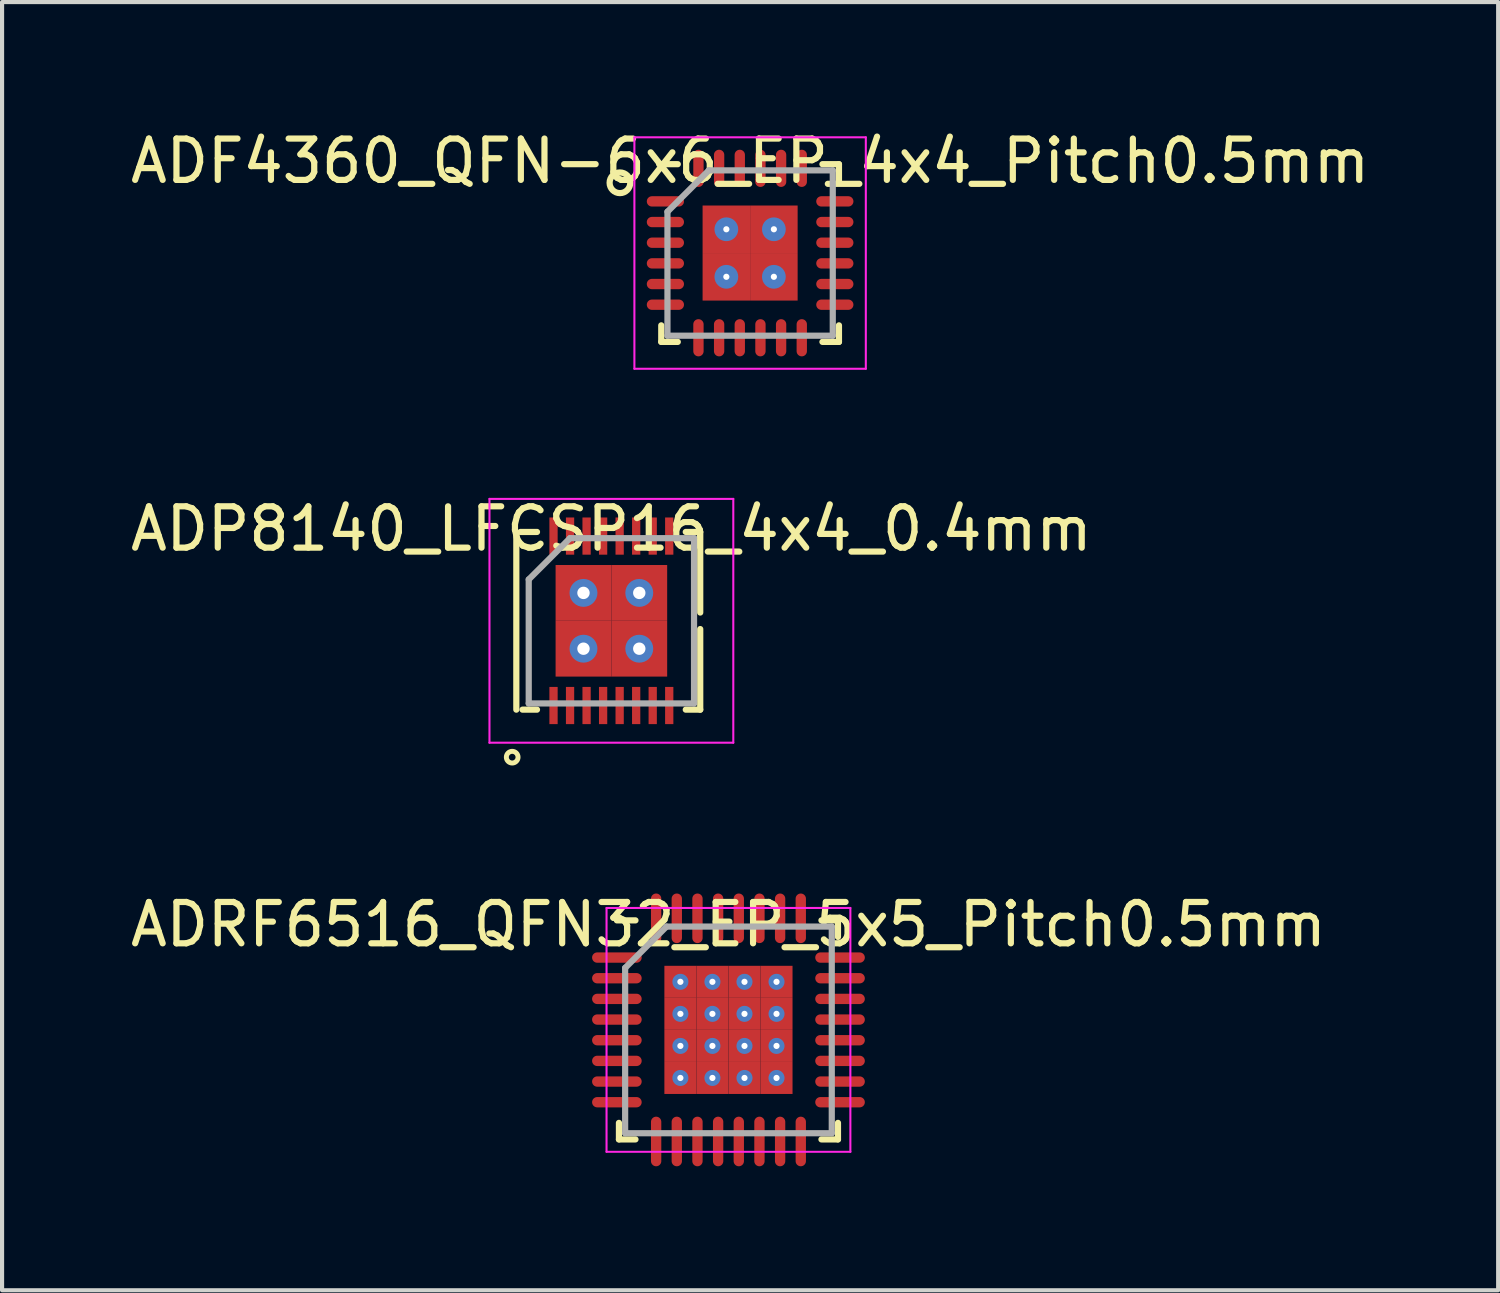
<source format=kicad_pcb>
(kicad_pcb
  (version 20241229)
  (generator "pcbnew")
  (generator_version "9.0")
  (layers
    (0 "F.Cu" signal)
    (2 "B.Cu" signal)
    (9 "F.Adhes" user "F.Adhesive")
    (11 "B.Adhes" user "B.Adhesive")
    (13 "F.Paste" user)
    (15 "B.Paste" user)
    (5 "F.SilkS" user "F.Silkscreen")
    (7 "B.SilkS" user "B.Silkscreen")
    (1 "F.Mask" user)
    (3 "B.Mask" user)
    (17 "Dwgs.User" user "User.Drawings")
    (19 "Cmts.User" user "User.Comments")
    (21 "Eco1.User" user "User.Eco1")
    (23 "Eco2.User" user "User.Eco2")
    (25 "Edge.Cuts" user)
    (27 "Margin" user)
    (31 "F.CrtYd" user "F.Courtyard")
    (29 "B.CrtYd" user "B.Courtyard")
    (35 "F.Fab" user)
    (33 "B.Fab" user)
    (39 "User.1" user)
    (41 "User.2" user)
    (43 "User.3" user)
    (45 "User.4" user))
  (footprint "ADF4360_QFN-6x6_EP_4x4_Pitch0.5mm"
    (layer "F.Cu")
    (at 15.101 3.073)
    (property "Reference" "ADF4360_QFN-6x6_EP_4x4_Pitch0.5mm" (at 0 -2.225 0) (layer "F.SilkS") (effects (font (size 1 1) (thickness 0.15))))
    (attr smd)
    (fp_line (start -2.15 2.15) (end -2.15 1.75) (stroke (width 0.15) (type solid)) (layer "F.SilkS"))
    (fp_line (start -1.75 -2.15) (end -2.2 -2.15) (stroke (width 0.15) (type solid)) (layer "F.SilkS"))
    (fp_line (start -1.75 2.15) (end -2.15 2.15) (stroke (width 0.15) (type solid)) (layer "F.SilkS"))
    (fp_line (start 1.75 -2.15) (end 2.15 -2.15) (stroke (width 0.15) (type solid)) (layer "F.SilkS"))
    (fp_line (start 1.75 2.15) (end 2.15 2.15) (stroke (width 0.15) (type solid)) (layer "F.SilkS"))
    (fp_line (start 2.15 -2.15) (end 2.15 -1.75) (stroke (width 0.15) (type solid)) (layer "F.SilkS"))
    (fp_line (start 2.15 2.15) (end 2.15 1.75) (stroke (width 0.15) (type solid)) (layer "F.SilkS"))
    (fp_circle (center -3.15 -1.7) (end -3.15 -1.45) (stroke (width 0.15) (type solid)) (fill no) (layer "F.SilkS"))
    (fp_line (start -2.8 -2.8) (end 2.8 -2.8) (stroke (width 0.05) (type solid)) (layer "F.CrtYd"))
    (fp_line (start -2.8 2.8) (end -2.8 -2.8) (stroke (width 0.05) (type solid)) (layer "F.CrtYd"))
    (fp_line (start 2.8 -2.8) (end 2.8 2.8) (stroke (width 0.05) (type solid)) (layer "F.CrtYd"))
    (fp_line (start 2.8 2.8) (end -2.8 2.8) (stroke (width 0.05) (type solid)) (layer "F.CrtYd"))
    (fp_line (start -2 -1) (end -2 2) (stroke (width 0.15) (type solid)) (layer "F.Fab"))
    (fp_line (start -2 2) (end 2 2) (stroke (width 0.15) (type solid)) (layer "F.Fab"))
    (fp_line (start -1 -2) (end -2 -1) (stroke (width 0.15) (type solid)) (layer "F.Fab"))
    (fp_line (start 2 -2) (end -1 -2) (stroke (width 0.15) (type solid)) (layer "F.Fab"))
    (fp_line (start 2 2) (end 2 -2) (stroke (width 0.15) (type solid)) (layer "F.Fab"))
    (pad "1" smd oval (at -2.05 -1.25 90) (size 0.25 0.9) (layers "F.Cu" "F.Mask" "F.Paste"))
    (pad "2" smd oval (at -2.05 -0.75 90) (size 0.25 0.9) (layers "F.Cu" "F.Mask" "F.Paste"))
    (pad "3" smd oval (at -2.05 -0.25 90) (size 0.25 0.9) (layers "F.Cu" "F.Mask" "F.Paste"))
    (pad "4" smd oval (at -2.05 0.25 90) (size 0.25 0.9) (layers "F.Cu" "F.Mask" "F.Paste"))
    (pad "5" smd oval (at -2.05 0.75 90) (size 0.25 0.9) (layers "F.Cu" "F.Mask" "F.Paste"))
    (pad "6" smd oval (at -2.05 1.25 90) (size 0.25 0.9) (layers "F.Cu" "F.Mask" "F.Paste"))
    (pad "7" smd oval (at -1.25 2.05) (size 0.25 0.9) (layers "F.Cu" "F.Mask" "F.Paste"))
    (pad "8" smd oval (at -0.75 2.05) (size 0.25 0.9) (layers "F.Cu" "F.Mask" "F.Paste"))
    (pad "9" smd oval (at -0.25 2.05) (size 0.25 0.9) (layers "F.Cu" "F.Mask" "F.Paste"))
    (pad "10" smd oval (at 0.25 2.05) (size 0.25 0.9) (layers "F.Cu" "F.Mask" "F.Paste"))
    (pad "11" smd oval (at 0.75 2.05) (size 0.25 0.9) (layers "F.Cu" "F.Mask" "F.Paste"))
    (pad "12" smd oval (at 1.25 2.05) (size 0.25 0.9) (layers "F.Cu" "F.Mask" "F.Paste"))
    (pad "13" smd oval (at 2.05 1.25 90) (size 0.25 0.9) (layers "F.Cu" "F.Mask" "F.Paste"))
    (pad "14" smd oval (at 2.05 0.75 90) (size 0.25 0.9) (layers "F.Cu" "F.Mask" "F.Paste"))
    (pad "15" smd oval (at 2.05 0.25 90) (size 0.25 0.9) (layers "F.Cu" "F.Mask" "F.Paste"))
    (pad "16" smd oval (at 2.05 -0.25 90) (size 0.25 0.9) (layers "F.Cu" "F.Mask" "F.Paste"))
    (pad "17" smd oval (at 2.05 -0.75 90) (size 0.25 0.9) (layers "F.Cu" "F.Mask" "F.Paste"))
    (pad "18" smd oval (at 2.05 -1.25 90) (size 0.25 0.9) (layers "F.Cu" "F.Mask" "F.Paste"))
    (pad "19" smd oval (at 1.25 -2.05) (size 0.25 0.9) (layers "F.Cu" "F.Mask" "F.Paste"))
    (pad "20" smd oval (at 0.75 -2.05) (size 0.25 0.9) (layers "F.Cu" "F.Mask" "F.Paste"))
    (pad "21" smd oval (at 0.25 -2.05) (size 0.25 0.9) (layers "F.Cu" "F.Mask" "F.Paste"))
    (pad "22" smd oval (at -0.25 -2.05) (size 0.25 0.9) (layers "F.Cu" "F.Mask" "F.Paste"))
    (pad "23" smd oval (at -0.75 -2.05) (size 0.25 0.9) (layers "F.Cu" "F.Mask" "F.Paste"))
    (pad "24" smd oval (at -1.25 -2.05) (size 0.25 0.9) (layers "F.Cu" "F.Mask" "F.Paste"))
    (pad "25" thru_hole circle (at -0.575 -0.575) (size 0.575 0.575) (drill 0.15) (layers "*.Cu" "*.Mask"))
    (pad "25" smd rect (at -0.575 -0.575) (size 1.15 1.15) (layers "F.Cu" "F.Mask" "F.Paste"))
    (pad "25" thru_hole circle (at -0.575 0.575) (size 0.575 0.575) (drill 0.15) (layers "*.Cu" "*.Mask"))
    (pad "25" smd rect (at -0.575 0.575) (size 1.15 1.15) (layers "F.Cu" "F.Mask" "F.Paste"))
    (pad "25" thru_hole circle (at 0.575 -0.575) (size 0.575 0.575) (drill 0.15) (layers "*.Cu" "*.Mask"))
    (pad "25" smd rect (at 0.575 -0.575) (size 1.15 1.15) (layers "F.Cu" "F.Mask" "F.Paste"))
    (pad "25" thru_hole circle (at 0.575 0.575) (size 0.575 0.575) (drill 0.15) (layers "*.Cu" "*.Mask"))
    (pad "25" smd rect (at 0.575 0.575) (size 1.15 1.15) (layers "F.Cu" "F.Mask" "F.Paste")))
  (footprint "ADP8140_LFCSP16_4x4_0.4mm"
    (layer "F.Cu")
    (at 11.744 11.972)
    (property "Reference" "ADP8140_LFCSP16_4x4_0.4mm" (at 0 -2.225 0) (layer "F.SilkS") (effects (font (size 1 1) (thickness 0.15))))
    (attr through_hole)
    (fp_line (start -2.3 2.15) (end -2.3 -2.1) (stroke (width 0.15) (type solid)) (layer "F.SilkS"))
    (fp_line (start -1.8 -2.15) (end -2.2 -2.15) (stroke (width 0.15) (type solid)) (layer "F.SilkS"))
    (fp_line (start -1.8 2.15) (end -2.15 2.15) (stroke (width 0.15) (type solid)) (layer "F.SilkS"))
    (fp_line (start 1.8 -2.15) (end 2.15 -2.15) (stroke (width 0.15) (type solid)) (layer "F.SilkS"))
    (fp_line (start 1.8 2.15) (end 2.15 2.15) (stroke (width 0.15) (type solid)) (layer "F.SilkS"))
    (fp_line (start 2.15 -2.15) (end 2.15 -0.2) (stroke (width 0.15) (type solid)) (layer "F.SilkS"))
    (fp_line (start 2.15 2.15) (end 2.15 0.2) (stroke (width 0.15) (type solid)) (layer "F.SilkS"))
    (fp_circle (center -2.4 3.3) (end -2.3 3.4) (stroke (width 0.12) (type solid)) (fill no) (layer "F.SilkS"))
    (fp_line (start -2.95 -2.95) (end 2.95 -2.95) (stroke (width 0.05) (type solid)) (layer "F.CrtYd"))
    (fp_line (start -2.95 2.95) (end -2.95 -2.95) (stroke (width 0.05) (type solid)) (layer "F.CrtYd"))
    (fp_line (start 2.95 -2.95) (end 2.95 2.95) (stroke (width 0.05) (type solid)) (layer "F.CrtYd"))
    (fp_line (start 2.95 2.95) (end -2.95 2.95) (stroke (width 0.05) (type solid)) (layer "F.CrtYd"))
    (fp_line (start -2 -1) (end -2 2) (stroke (width 0.15) (type solid)) (layer "F.Fab"))
    (fp_line (start -2 2) (end 2 2) (stroke (width 0.15) (type solid)) (layer "F.Fab"))
    (fp_line (start -1 -2) (end -2 -1) (stroke (width 0.15) (type solid)) (layer "F.Fab"))
    (fp_line (start 2 -2) (end -1 -2) (stroke (width 0.15) (type solid)) (layer "F.Fab"))
    (fp_line (start 2 2) (end 2 -2) (stroke (width 0.15) (type solid)) (layer "F.Fab"))
    (pad "1" smd rect (at -1.4 2.05) (size 0.2 0.9) (layers "F.Cu" "F.Mask" "F.Paste"))
    (pad "2" smd rect (at -1 2.05) (size 0.2 0.9) (layers "F.Cu" "F.Mask" "F.Paste"))
    (pad "3" smd rect (at -0.6 2.05) (size 0.2 0.9) (layers "F.Cu" "F.Mask" "F.Paste"))
    (pad "4" smd rect (at -0.2 2.05) (size 0.2 0.9) (layers "F.Cu" "F.Mask" "F.Paste"))
    (pad "5" smd rect (at 0.2 2.05) (size 0.2 0.9) (layers "F.Cu" "F.Mask" "F.Paste"))
    (pad "6" smd rect (at 0.6 2.05) (size 0.2 0.9) (layers "F.Cu" "F.Mask" "F.Paste"))
    (pad "7" smd rect (at 1 2.05) (size 0.2 0.9) (layers "F.Cu" "F.Mask" "F.Paste"))
    (pad "8" smd rect (at 1.4 2.05) (size 0.2 0.9) (layers "F.Cu" "F.Mask" "F.Paste"))
    (pad "9" smd rect (at 1.4 -2.05) (size 0.2 0.9) (layers "F.Cu" "F.Mask" "F.Paste"))
    (pad "10" smd rect (at 1 -2.05) (size 0.2 0.9) (layers "F.Cu" "F.Mask" "F.Paste"))
    (pad "11" smd rect (at 0.6 -2.05) (size 0.2 0.9) (layers "F.Cu" "F.Mask" "F.Paste"))
    (pad "12" smd rect (at 0.2 -2.05) (size 0.2 0.9) (layers "F.Cu" "F.Mask" "F.Paste"))
    (pad "13" smd rect (at -0.2 -2.05) (size 0.2 0.9) (layers "F.Cu" "F.Mask" "F.Paste"))
    (pad "14" smd rect (at -0.6 -2.05) (size 0.2 0.9) (layers "F.Cu" "F.Mask" "F.Paste"))
    (pad "15" smd rect (at -1 -2.05) (size 0.2 0.9) (layers "F.Cu" "F.Mask" "F.Paste"))
    (pad "16" smd rect (at -1.4 -2.05) (size 0.2 0.9) (layers "F.Cu" "F.Mask" "F.Paste"))
    (pad "17" thru_hole circle (at -0.675 -0.675) (size 0.675 0.675) (drill 0.3) (layers "*.Cu" "*.Mask"))
    (pad "17" smd rect (at -0.675 -0.675) (size 1.35 1.35) (layers "F.Cu" "F.Mask" "F.Paste"))
    (pad "17" thru_hole circle (at -0.675 0.675) (size 0.675 0.675) (drill 0.3) (layers "*.Cu" "*.Mask"))
    (pad "17" smd rect (at -0.675 0.675) (size 1.35 1.35) (layers "F.Cu" "F.Mask" "F.Paste"))
    (pad "17" thru_hole circle (at 0.675 -0.675) (size 0.675 0.675) (drill 0.3) (layers "*.Cu" "*.Mask"))
    (pad "17" smd rect (at 0.675 -0.675) (size 1.35 1.35) (layers "F.Cu" "F.Mask" "F.Paste"))
    (pad "17" thru_hole circle (at 0.675 0.675) (size 0.675 0.675) (drill 0.3) (layers "*.Cu" "*.Mask"))
    (pad "17" smd rect (at 0.675 0.675) (size 1.35 1.35) (layers "F.Cu" "F.Mask" "F.Paste")))
  (footprint "ADRF6516_QFN32_EP_5x5_Pitch0.5mm"
    (layer "F.Cu")
    (at 14.577 21.871)
    (property "Reference" "ADRF6516_QFN32_EP_5x5_Pitch0.5mm" (at 0 -2.55 0) (layer "F.SilkS") (effects (font (size 1 1) (thickness 0.15))))
    (attr smd)
    (fp_line (start -2.65 2.65) (end -2.65 2.25) (stroke (width 0.15) (type solid)) (layer "F.SilkS"))
    (fp_line (start -2.25 -2.65) (end -2.7 -2.65) (stroke (width 0.15) (type solid)) (layer "F.SilkS"))
    (fp_line (start -2.25 2.65) (end -2.65 2.65) (stroke (width 0.15) (type solid)) (layer "F.SilkS"))
    (fp_line (start 2.25 -2.65) (end 2.65 -2.65) (stroke (width 0.15) (type solid)) (layer "F.SilkS"))
    (fp_line (start 2.25 2.65) (end 2.65 2.65) (stroke (width 0.15) (type solid)) (layer "F.SilkS"))
    (fp_line (start 2.65 -2.65) (end 2.65 -2.25) (stroke (width 0.15) (type solid)) (layer "F.SilkS"))
    (fp_line (start 2.65 2.65) (end 2.65 2.25) (stroke (width 0.15) (type solid)) (layer "F.SilkS"))
    (fp_line (start -2.95 -2.95) (end 2.95 -2.95) (stroke (width 0.05) (type solid)) (layer "F.CrtYd"))
    (fp_line (start -2.95 2.95) (end -2.95 -2.95) (stroke (width 0.05) (type solid)) (layer "F.CrtYd"))
    (fp_line (start 2.95 -2.95) (end 2.95 2.95) (stroke (width 0.05) (type solid)) (layer "F.CrtYd"))
    (fp_line (start 2.95 2.95) (end -2.95 2.95) (stroke (width 0.05) (type solid)) (layer "F.CrtYd"))
    (fp_line (start -2.5 -1.5) (end -2.5 2.5) (stroke (width 0.15) (type solid)) (layer "F.Fab"))
    (fp_line (start -2.5 2.5) (end 2.5 2.5) (stroke (width 0.15) (type solid)) (layer "F.Fab"))
    (fp_line (start -1.5 -2.5) (end -2.5 -1.5) (stroke (width 0.15) (type solid)) (layer "F.Fab"))
    (fp_line (start 2.5 -2.5) (end -1.5 -2.5) (stroke (width 0.15) (type solid)) (layer "F.Fab"))
    (fp_line (start 2.5 2.5) (end 2.5 -2.5) (stroke (width 0.15) (type solid)) (layer "F.Fab"))
    (pad "1" smd oval (at -2.7 -1.75 90) (size 0.25 1.2) (layers "F.Cu" "F.Mask" "F.Paste"))
    (pad "2" smd oval (at -2.7 -1.25 90) (size 0.25 1.2) (layers "F.Cu" "F.Mask" "F.Paste"))
    (pad "3" smd oval (at -2.7 -0.75 90) (size 0.25 1.2) (layers "F.Cu" "F.Mask" "F.Paste"))
    (pad "4" smd oval (at -2.7 -0.25 90) (size 0.25 1.2) (layers "F.Cu" "F.Mask" "F.Paste"))
    (pad "5" smd oval (at -2.7 0.25 90) (size 0.25 1.2) (layers "F.Cu" "F.Mask" "F.Paste"))
    (pad "6" smd oval (at -2.7 0.75 90) (size 0.25 1.2) (layers "F.Cu" "F.Mask" "F.Paste"))
    (pad "7" smd oval (at -2.7 1.25 90) (size 0.25 1.2) (layers "F.Cu" "F.Mask" "F.Paste"))
    (pad "8" smd oval (at -2.7 1.75 90) (size 0.25 1.2) (layers "F.Cu" "F.Mask" "F.Paste"))
    (pad "9" smd oval (at -1.75 2.7) (size 0.25 1.2) (layers "F.Cu" "F.Mask" "F.Paste"))
    (pad "10" smd oval (at -1.25 2.7) (size 0.25 1.2) (layers "F.Cu" "F.Mask" "F.Paste"))
    (pad "11" smd oval (at -0.75 2.7) (size 0.25 1.2) (layers "F.Cu" "F.Mask" "F.Paste"))
    (pad "12" smd oval (at -0.25 2.7) (size 0.25 1.2) (layers "F.Cu" "F.Mask" "F.Paste"))
    (pad "13" smd oval (at 0.25 2.7) (size 0.25 1.2) (layers "F.Cu" "F.Mask" "F.Paste"))
    (pad "14" smd oval (at 0.75 2.7) (size 0.25 1.2) (layers "F.Cu" "F.Mask" "F.Paste"))
    (pad "15" smd oval (at 1.25 2.7) (size 0.25 1.2) (layers "F.Cu" "F.Mask" "F.Paste"))
    (pad "16" smd oval (at 1.75 2.7) (size 0.25 1.2) (layers "F.Cu" "F.Mask" "F.Paste"))
    (pad "17" smd oval (at 2.7 1.75 90) (size 0.25 1.2) (layers "F.Cu" "F.Mask" "F.Paste"))
    (pad "18" smd oval (at 2.7 1.25 90) (size 0.25 1.2) (layers "F.Cu" "F.Mask" "F.Paste"))
    (pad "19" smd oval (at 2.7 0.75 90) (size 0.25 1.2) (layers "F.Cu" "F.Mask" "F.Paste"))
    (pad "20" smd oval (at 2.7 0.25 90) (size 0.25 1.2) (layers "F.Cu" "F.Mask" "F.Paste"))
    (pad "21" smd oval (at 2.7 -0.25 90) (size 0.25 1.2) (layers "F.Cu" "F.Mask" "F.Paste"))
    (pad "22" smd oval (at 2.7 -0.75 90) (size 0.25 1.2) (layers "F.Cu" "F.Mask" "F.Paste"))
    (pad "23" smd oval (at 2.7 -1.25 90) (size 0.25 1.2) (layers "F.Cu" "F.Mask" "F.Paste"))
    (pad "24" smd oval (at 2.7 -1.75 90) (size 0.25 1.2) (layers "F.Cu" "F.Mask" "F.Paste"))
    (pad "25" smd oval (at 1.75 -2.7) (size 0.25 1.2) (layers "F.Cu" "F.Mask" "F.Paste"))
    (pad "26" smd oval (at 1.25 -2.7) (size 0.25 1.2) (layers "F.Cu" "F.Mask" "F.Paste"))
    (pad "27" smd oval (at 0.75 -2.7) (size 0.25 1.2) (layers "F.Cu" "F.Mask" "F.Paste"))
    (pad "28" smd oval (at 0.25 -2.7) (size 0.25 1.2) (layers "F.Cu" "F.Mask" "F.Paste"))
    (pad "29" smd oval (at -0.25 -2.7) (size 0.25 1.2) (layers "F.Cu" "F.Mask" "F.Paste"))
    (pad "30" smd oval (at -0.75 -2.7) (size 0.25 1.2) (layers "F.Cu" "F.Mask" "F.Paste"))
    (pad "31" smd oval (at -1.25 -2.7) (size 0.25 1.2) (layers "F.Cu" "F.Mask" "F.Paste"))
    (pad "32" smd oval (at -1.75 -2.7) (size 0.25 1.2) (layers "F.Cu" "F.Mask" "F.Paste"))
    (pad "33" thru_hole circle (at -1.163 -1.163) (size 0.388 0.388) (drill 0.15) (layers "*.Cu" "*.Mask"))
    (pad "33" smd rect (at -1.163 -1.163) (size 0.775 0.775) (layers "F.Cu" "F.Mask" "F.Paste"))
    (pad "33" thru_hole circle (at -1.163 -0.388) (size 0.388 0.388) (drill 0.15) (layers "*.Cu" "*.Mask"))
    (pad "33" smd rect (at -1.163 -0.388) (size 0.775 0.775) (layers "F.Cu" "F.Mask" "F.Paste"))
    (pad "33" thru_hole circle (at -1.163 0.388) (size 0.388 0.388) (drill 0.15) (layers "*.Cu" "*.Mask"))
    (pad "33" smd rect (at -1.163 0.388) (size 0.775 0.775) (layers "F.Cu" "F.Mask" "F.Paste"))
    (pad "33" thru_hole circle (at -1.163 1.163) (size 0.388 0.388) (drill 0.15) (layers "*.Cu" "*.Mask"))
    (pad "33" smd rect (at -1.163 1.163) (size 0.775 0.775) (layers "F.Cu" "F.Mask" "F.Paste"))
    (pad "33" thru_hole circle (at -0.388 -1.163) (size 0.388 0.388) (drill 0.15) (layers "*.Cu" "*.Mask"))
    (pad "33" smd rect (at -0.388 -1.163) (size 0.775 0.775) (layers "F.Cu" "F.Mask" "F.Paste"))
    (pad "33" thru_hole circle (at -0.388 -0.388) (size 0.388 0.388) (drill 0.15) (layers "*.Cu" "*.Mask"))
    (pad "33" smd rect (at -0.388 -0.388) (size 0.775 0.775) (layers "F.Cu" "F.Mask" "F.Paste"))
    (pad "33" thru_hole circle (at -0.388 0.388) (size 0.388 0.388) (drill 0.15) (layers "*.Cu" "*.Mask"))
    (pad "33" smd rect (at -0.388 0.388) (size 0.775 0.775) (layers "F.Cu" "F.Mask" "F.Paste"))
    (pad "33" thru_hole circle (at -0.388 1.163) (size 0.388 0.388) (drill 0.15) (layers "*.Cu" "*.Mask"))
    (pad "33" smd rect (at -0.388 1.163) (size 0.775 0.775) (layers "F.Cu" "F.Mask" "F.Paste"))
    (pad "33" thru_hole circle (at 0.388 -1.163) (size 0.388 0.388) (drill 0.15) (layers "*.Cu" "*.Mask"))
    (pad "33" smd rect (at 0.388 -1.163) (size 0.775 0.775) (layers "F.Cu" "F.Mask" "F.Paste"))
    (pad "33" thru_hole circle (at 0.388 -0.388) (size 0.388 0.388) (drill 0.15) (layers "*.Cu" "*.Mask"))
    (pad "33" smd rect (at 0.388 -0.388) (size 0.775 0.775) (layers "F.Cu" "F.Mask" "F.Paste"))
    (pad "33" thru_hole circle (at 0.388 0.388) (size 0.388 0.388) (drill 0.15) (layers "*.Cu" "*.Mask"))
    (pad "33" smd rect (at 0.388 0.388) (size 0.775 0.775) (layers "F.Cu" "F.Mask" "F.Paste"))
    (pad "33" thru_hole circle (at 0.388 1.163) (size 0.388 0.388) (drill 0.15) (layers "*.Cu" "*.Mask"))
    (pad "33" smd rect (at 0.388 1.163) (size 0.775 0.775) (layers "F.Cu" "F.Mask" "F.Paste"))
    (pad "33" thru_hole circle (at 1.163 -1.163) (size 0.388 0.388) (drill 0.15) (layers "*.Cu" "*.Mask"))
    (pad "33" smd rect (at 1.163 -1.163) (size 0.775 0.775) (layers "F.Cu" "F.Mask" "F.Paste"))
    (pad "33" thru_hole circle (at 1.163 -0.388) (size 0.388 0.388) (drill 0.15) (layers "*.Cu" "*.Mask"))
    (pad "33" smd rect (at 1.163 -0.388) (size 0.775 0.775) (layers "F.Cu" "F.Mask" "F.Paste"))
    (pad "33" thru_hole circle (at 1.163 0.388) (size 0.388 0.388) (drill 0.15) (layers "*.Cu" "*.Mask"))
    (pad "33" smd rect (at 1.163 0.388) (size 0.775 0.775) (layers "F.Cu" "F.Mask" "F.Paste"))
    (pad "33" thru_hole circle (at 1.163 1.163) (size 0.388 0.388) (drill 0.15) (layers "*.Cu" "*.Mask"))
    (pad "33" smd rect (at 1.163 1.163) (size 0.775 0.775) (layers "F.Cu" "F.Mask" "F.Paste")))
  (gr_rect
    (start -3 -3)
    (end 33.202 28.171)
    (stroke (width 0.1) (type default))
    (fill no)
    (layer "Edge.Cuts")))
</source>
